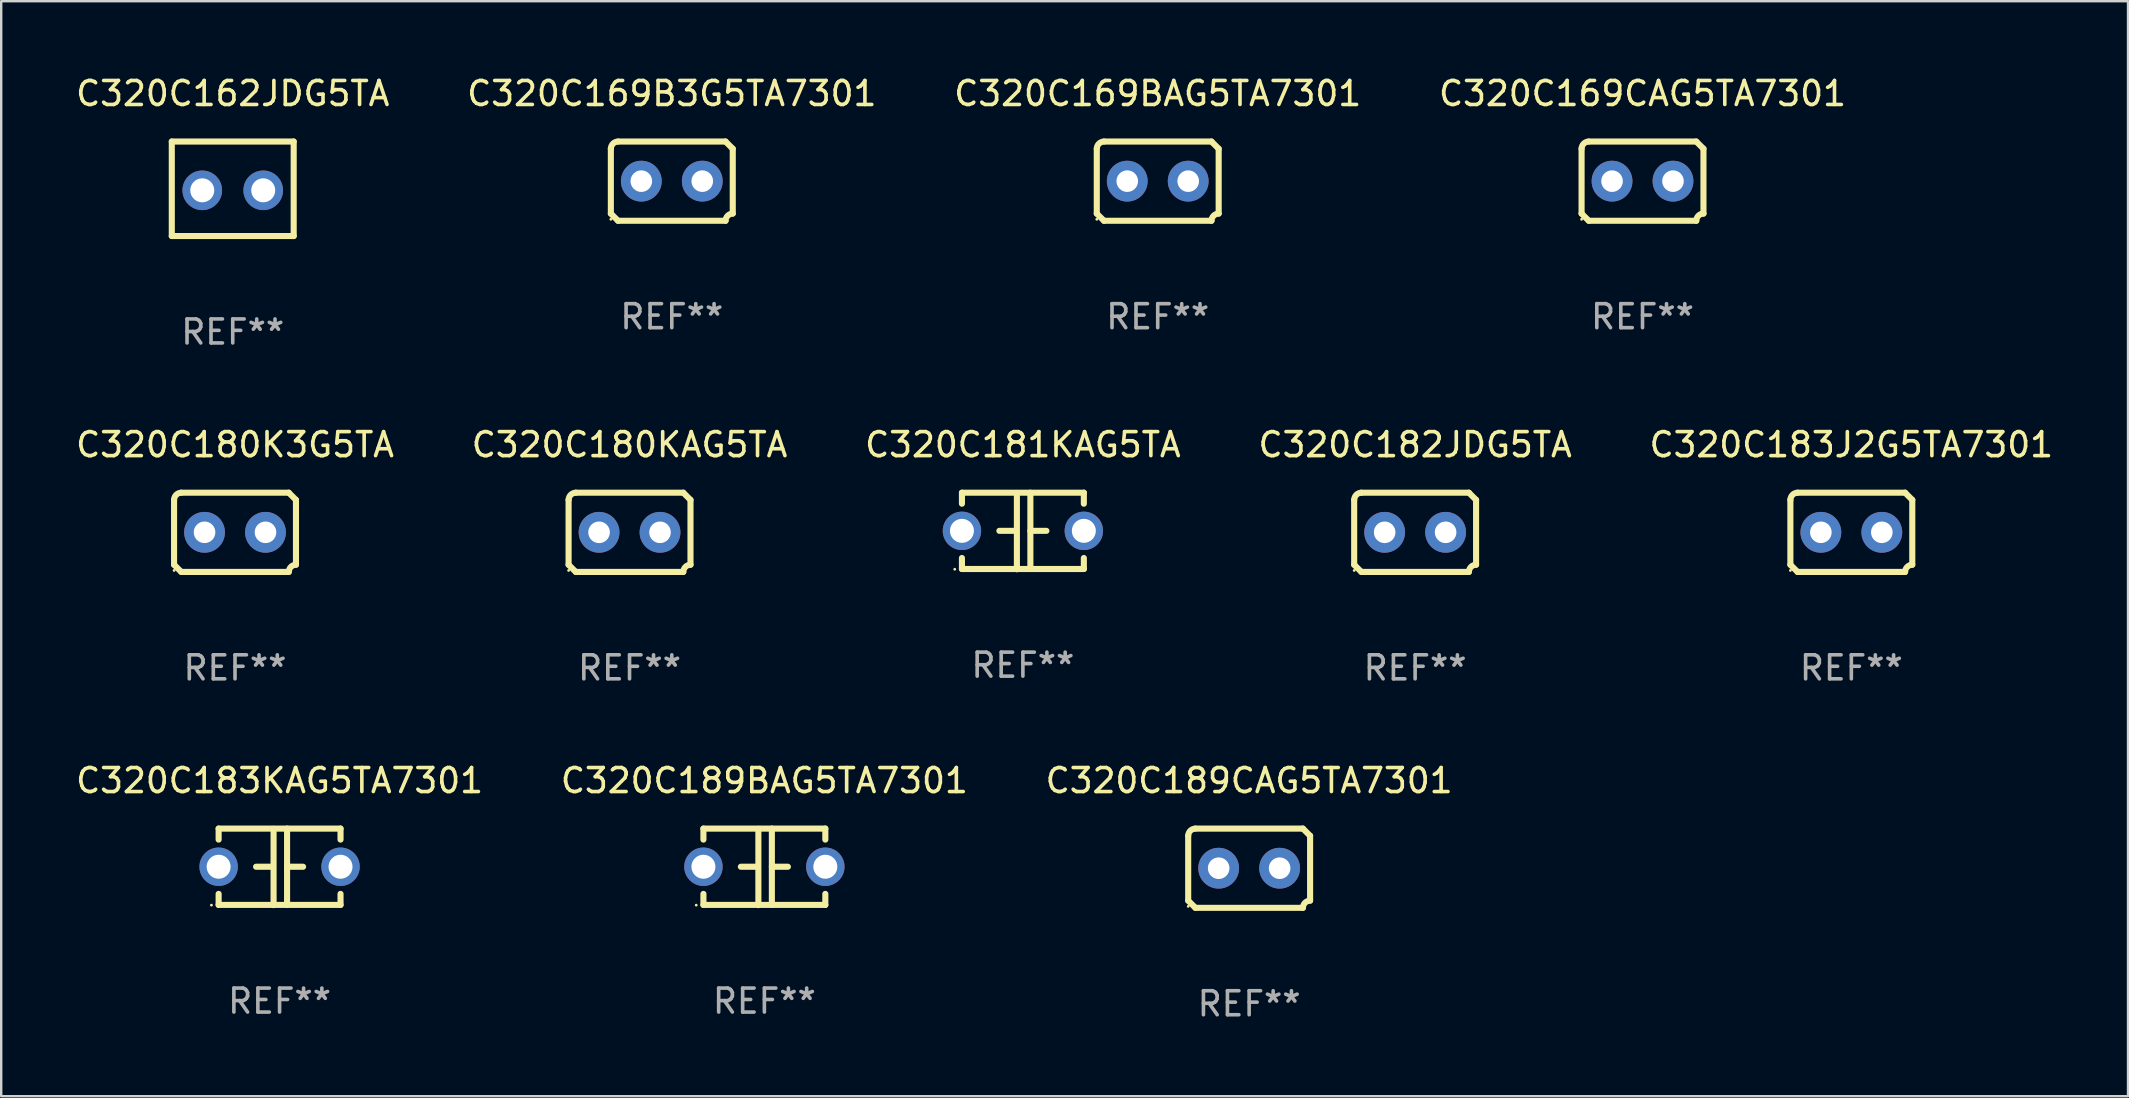
<source format=kicad_pcb>
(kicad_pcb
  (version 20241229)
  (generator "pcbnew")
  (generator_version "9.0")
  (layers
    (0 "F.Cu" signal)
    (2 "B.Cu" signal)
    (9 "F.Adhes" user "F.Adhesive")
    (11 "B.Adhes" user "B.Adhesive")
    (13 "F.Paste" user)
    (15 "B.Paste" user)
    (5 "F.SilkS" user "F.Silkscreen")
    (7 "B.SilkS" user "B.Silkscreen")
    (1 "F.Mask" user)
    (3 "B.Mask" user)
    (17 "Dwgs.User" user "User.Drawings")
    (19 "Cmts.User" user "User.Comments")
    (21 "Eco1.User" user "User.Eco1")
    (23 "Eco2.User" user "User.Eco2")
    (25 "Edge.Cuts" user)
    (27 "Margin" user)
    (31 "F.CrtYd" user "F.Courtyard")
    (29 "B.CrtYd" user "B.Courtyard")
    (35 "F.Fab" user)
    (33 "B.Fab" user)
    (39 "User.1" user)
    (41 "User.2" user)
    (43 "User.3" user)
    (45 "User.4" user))
  (footprint "C320C181KAG5TA"
    (layer "F.Cu")
    (at 39.577 19.077)
    (property "Reference" "C320C181KAG5TA" (at 0 -3.595 0) (layer "F.SilkS") (effects (font (size 1 1) (thickness 0.15))))
    (attr through_hole)
    (fp_line (start -2.54 -1.595) (end -2.54 -1.136) (stroke (width 0.254) (type solid)) (layer "F.SilkS"))
    (fp_line (start -2.54 -1.595) (end 2.54 -1.595) (stroke (width 0.254) (type solid)) (layer "F.SilkS"))
    (fp_line (start -2.54 1.126) (end -2.54 1.585) (stroke (width 0.254) (type solid)) (layer "F.SilkS"))
    (fp_line (start -0.312 -0.005) (end -0.98 -0.005) (stroke (width 0.254) (type solid)) (layer "F.SilkS"))
    (fp_line (start -0.25 -1.585) (end -0.25 1.595) (stroke (width 0.254) (type solid)) (layer "F.SilkS"))
    (fp_line (start 0.312 -1.595) (end 0.312 1.585) (stroke (width 0.254) (type solid)) (layer "F.SilkS"))
    (fp_line (start 0.312 -0.005) (end 0.98 -0.005) (stroke (width 0.254) (type solid)) (layer "F.SilkS"))
    (fp_line (start 2.54 -1.595) (end 2.54 -1.136) (stroke (width 0.254) (type solid)) (layer "F.SilkS"))
    (fp_line (start 2.54 1.126) (end 2.54 1.585) (stroke (width 0.254) (type solid)) (layer "F.SilkS"))
    (fp_line (start 2.54 1.585) (end -2.54 1.585) (stroke (width 0.254) (type solid)) (layer "F.SilkS"))
    (fp_circle (center -2.84 1.595) (end -2.81 1.595) (stroke (width 0.06) (type solid)) (fill no) (layer "F.SilkS"))
    (fp_text user "REF**" (at 0 5.595 0) (layer "F.Fab") (effects (font (size 1 1) (thickness 0.15))))
    (pad "1" thru_hole circle (at -2.54 -0.005) (size 1.6 1.6) (drill 1) (layers "*.Cu" "*.Mask"))
    (pad "2" thru_hole circle (at 2.54 -0.005) (size 1.6 1.6) (drill 1) (layers "*.Cu" "*.Mask")))
  (footprint "C320C183KAG5TA7301"
    (layer "F.Cu")
    (at 8.601 33.075)
    (property "Reference" "C320C183KAG5TA7301" (at 0 -3.595 0) (layer "F.SilkS") (effects (font (size 1 1) (thickness 0.15))))
    (attr through_hole)
    (fp_line (start -2.54 -1.595) (end -2.54 -1.136) (stroke (width 0.254) (type solid)) (layer "F.SilkS"))
    (fp_line (start -2.54 -1.595) (end 2.54 -1.595) (stroke (width 0.254) (type solid)) (layer "F.SilkS"))
    (fp_line (start -2.54 1.126) (end -2.54 1.585) (stroke (width 0.254) (type solid)) (layer "F.SilkS"))
    (fp_line (start -0.312 -0.005) (end -0.98 -0.005) (stroke (width 0.254) (type solid)) (layer "F.SilkS"))
    (fp_line (start -0.25 -1.585) (end -0.25 1.595) (stroke (width 0.254) (type solid)) (layer "F.SilkS"))
    (fp_line (start 0.312 -1.595) (end 0.312 1.585) (stroke (width 0.254) (type solid)) (layer "F.SilkS"))
    (fp_line (start 0.312 -0.005) (end 0.98 -0.005) (stroke (width 0.254) (type solid)) (layer "F.SilkS"))
    (fp_line (start 2.54 -1.595) (end 2.54 -1.136) (stroke (width 0.254) (type solid)) (layer "F.SilkS"))
    (fp_line (start 2.54 1.126) (end 2.54 1.585) (stroke (width 0.254) (type solid)) (layer "F.SilkS"))
    (fp_line (start 2.54 1.585) (end -2.54 1.585) (stroke (width 0.254) (type solid)) (layer "F.SilkS"))
    (fp_circle (center -2.84 1.595) (end -2.81 1.595) (stroke (width 0.06) (type solid)) (fill no) (layer "F.SilkS"))
    (fp_text user "REF**" (at 0 5.595 0) (layer "F.Fab") (effects (font (size 1 1) (thickness 0.15))))
    (pad "1" thru_hole circle (at -2.54 -0.005) (size 1.6 1.6) (drill 1) (layers "*.Cu" "*.Mask"))
    (pad "2" thru_hole circle (at 2.54 -0.005) (size 1.6 1.6) (drill 1) (layers "*.Cu" "*.Mask")))
  (footprint "C320C183J2G5TA7301"
    (layer "F.Cu")
    (at 74.101 19.133)
    (property "Reference" "C320C183J2G5TA7301" (at 0 -3.651 0) (layer "F.SilkS") (effects (font (size 1 1) (thickness 0.15))))
    (attr through_hole)
    (fp_line (start -2.54 -1.351) (end -2.54 1.351) (stroke (width 0.254) (type solid)) (layer "F.SilkS"))
    (fp_line (start -2.24 -1.651) (end 2.24 -1.651) (stroke (width 0.254) (type solid)) (layer "F.SilkS"))
    (fp_line (start 2.24 1.651) (end -2.24 1.651) (stroke (width 0.254) (type solid)) (layer "F.SilkS"))
    (fp_line (start 2.54 1.351) (end 2.54 -1.351) (stroke (width 0.254) (type solid)) (layer "F.SilkS"))
    (fp_arc (start -2.540005 -1.351283) (mid -2.450115 -1.561309) (end -2.240005 -1.651003) (stroke (width 0.254001) (type solid)) (layer "F.SilkS"))
    (fp_arc (start -2.240287 1.651001) (mid -2.390163 1.501019) (end -2.540005 1.351003) (stroke (width 0.254001) (type solid)) (layer "F.SilkS"))
    (fp_arc (start 2.240005 1.651003) (mid 2.329934 1.441015) (end 2.540005 1.351282) (stroke (width 0.254001) (type solid)) (layer "F.SilkS"))
    (fp_arc (start 2.540005 -1.351003) (mid 2.389393 -1.500252) (end 2.240284 -1.651003) (stroke (width 0.254001) (type solid)) (layer "F.SilkS"))
    (fp_circle (center -2.54 1.59) (end -2.51 1.59) (stroke (width 0.06) (type solid)) (fill no) (layer "F.SilkS"))
    (fp_text user "REF**" (at 0 5.651 0) (layer "F.Fab") (effects (font (size 1 1) (thickness 0.15))))
    (pad "1" thru_hole circle (at -1.27 0) (size 1.7 1.7) (drill 0.9) (layers "*.Cu" "*.Mask"))
    (pad "2" thru_hole circle (at 1.27 0) (size 1.7 1.7) (drill 0.9) (layers "*.Cu" "*.Mask")))
  (footprint "C320C162JDG5TA"
    (layer "F.Cu")
    (at 6.649 4.817)
    (property "Reference" "C320C162JDG5TA" (at 0 -3.969 0) (layer "F.SilkS") (effects (font (size 1 1) (thickness 0.15))))
    (attr through_hole)
    (fp_line (start -2.54 -1.969) (end -2.54 1.969) (stroke (width 0.254) (type solid)) (layer "F.SilkS"))
    (fp_line (start -2.54 1.969) (end 2.54 1.969) (stroke (width 0.254) (type solid)) (layer "F.SilkS"))
    (fp_line (start 2.54 -1.969) (end -2.54 -1.969) (stroke (width 0.254) (type solid)) (layer "F.SilkS"))
    (fp_line (start 2.54 1.969) (end 2.54 -1.969) (stroke (width 0.254) (type solid)) (layer "F.SilkS"))
    (fp_circle (center -2.55 1.963) (end -2.52 1.963) (stroke (width 0.06) (type solid)) (fill no) (layer "F.SilkS"))
    (fp_text user "REF**" (at 0 5.969 0) (layer "F.Fab") (effects (font (size 1 1) (thickness 0.15))))
    (pad "1" thru_hole circle (at -1.27 0.064) (size 1.65 1.65) (drill 1) (layers "*.Cu" "*.Mask"))
    (pad "2" thru_hole circle (at 1.27 0.064) (size 1.65 1.65) (drill 1) (layers "*.Cu" "*.Mask")))
  (footprint "C320C180K3G5TA"
    (layer "F.Cu")
    (at 6.744 19.133)
    (property "Reference" "C320C180K3G5TA" (at 0 -3.651 0) (layer "F.SilkS") (effects (font (size 1 1) (thickness 0.15))))
    (attr through_hole)
    (fp_line (start -2.54 -1.351) (end -2.54 1.351) (stroke (width 0.254) (type solid)) (layer "F.SilkS"))
    (fp_line (start -2.24 -1.651) (end 2.24 -1.651) (stroke (width 0.254) (type solid)) (layer "F.SilkS"))
    (fp_line (start 2.24 1.651) (end -2.24 1.651) (stroke (width 0.254) (type solid)) (layer "F.SilkS"))
    (fp_line (start 2.54 1.351) (end 2.54 -1.351) (stroke (width 0.254) (type solid)) (layer "F.SilkS"))
    (fp_arc (start -2.540005 -1.351283) (mid -2.450115 -1.561309) (end -2.240005 -1.651003) (stroke (width 0.254001) (type solid)) (layer "F.SilkS"))
    (fp_arc (start -2.240287 1.651001) (mid -2.390163 1.501019) (end -2.540005 1.351003) (stroke (width 0.254001) (type solid)) (layer "F.SilkS"))
    (fp_arc (start 2.240005 1.651003) (mid 2.329934 1.441015) (end 2.540005 1.351282) (stroke (width 0.254001) (type solid)) (layer "F.SilkS"))
    (fp_arc (start 2.540005 -1.351003) (mid 2.389393 -1.500252) (end 2.240284 -1.651003) (stroke (width 0.254001) (type solid)) (layer "F.SilkS"))
    (fp_circle (center -2.54 1.59) (end -2.51 1.59) (stroke (width 0.06) (type solid)) (fill no) (layer "F.SilkS"))
    (fp_text user "REF**" (at 0 5.651 0) (layer "F.Fab") (effects (font (size 1 1) (thickness 0.15))))
    (pad "1" thru_hole circle (at -1.27 0) (size 1.7 1.7) (drill 0.9) (layers "*.Cu" "*.Mask"))
    (pad "2" thru_hole circle (at 1.27 0) (size 1.7 1.7) (drill 0.9) (layers "*.Cu" "*.Mask")))
  (footprint "C320C189CAG5TA7301"
    (layer "F.Cu")
    (at 49.006 33.131)
    (property "Reference" "C320C189CAG5TA7301" (at 0 -3.651 0) (layer "F.SilkS") (effects (font (size 1 1) (thickness 0.15))))
    (attr through_hole)
    (fp_line (start -2.54 -1.351) (end -2.54 1.351) (stroke (width 0.254) (type solid)) (layer "F.SilkS"))
    (fp_line (start -2.24 -1.651) (end 2.24 -1.651) (stroke (width 0.254) (type solid)) (layer "F.SilkS"))
    (fp_line (start 2.24 1.651) (end -2.24 1.651) (stroke (width 0.254) (type solid)) (layer "F.SilkS"))
    (fp_line (start 2.54 1.351) (end 2.54 -1.351) (stroke (width 0.254) (type solid)) (layer "F.SilkS"))
    (fp_arc (start -2.540005 -1.351283) (mid -2.450115 -1.561309) (end -2.240005 -1.651003) (stroke (width 0.254001) (type solid)) (layer "F.SilkS"))
    (fp_arc (start -2.240287 1.651001) (mid -2.390163 1.501019) (end -2.540005 1.351003) (stroke (width 0.254001) (type solid)) (layer "F.SilkS"))
    (fp_arc (start 2.240005 1.651003) (mid 2.329934 1.441015) (end 2.540005 1.351282) (stroke (width 0.254001) (type solid)) (layer "F.SilkS"))
    (fp_arc (start 2.540005 -1.351003) (mid 2.389393 -1.500252) (end 2.240284 -1.651003) (stroke (width 0.254001) (type solid)) (layer "F.SilkS"))
    (fp_circle (center -2.54 1.59) (end -2.51 1.59) (stroke (width 0.06) (type solid)) (fill no) (layer "F.SilkS"))
    (fp_text user "REF**" (at 0 5.651 0) (layer "F.Fab") (effects (font (size 1 1) (thickness 0.15))))
    (pad "1" thru_hole circle (at -1.27 0) (size 1.7 1.7) (drill 0.9) (layers "*.Cu" "*.Mask"))
    (pad "2" thru_hole circle (at 1.27 0) (size 1.7 1.7) (drill 0.9) (layers "*.Cu" "*.Mask")))
  (footprint "C320C180KAG5TA"
    (layer "F.Cu")
    (at 23.185 19.133)
    (property "Reference" "C320C180KAG5TA" (at 0 -3.651 0) (layer "F.SilkS") (effects (font (size 1 1) (thickness 0.15))))
    (attr through_hole)
    (fp_line (start -2.54 -1.351) (end -2.54 1.351) (stroke (width 0.254) (type solid)) (layer "F.SilkS"))
    (fp_line (start -2.24 -1.651) (end 2.24 -1.651) (stroke (width 0.254) (type solid)) (layer "F.SilkS"))
    (fp_line (start 2.24 1.651) (end -2.24 1.651) (stroke (width 0.254) (type solid)) (layer "F.SilkS"))
    (fp_line (start 2.54 1.351) (end 2.54 -1.351) (stroke (width 0.254) (type solid)) (layer "F.SilkS"))
    (fp_arc (start -2.540005 -1.351283) (mid -2.450115 -1.561309) (end -2.240005 -1.651003) (stroke (width 0.254001) (type solid)) (layer "F.SilkS"))
    (fp_arc (start -2.240287 1.651001) (mid -2.390163 1.501019) (end -2.540005 1.351003) (stroke (width 0.254001) (type solid)) (layer "F.SilkS"))
    (fp_arc (start 2.240005 1.651003) (mid 2.329934 1.441015) (end 2.540005 1.351282) (stroke (width 0.254001) (type solid)) (layer "F.SilkS"))
    (fp_arc (start 2.540005 -1.351003) (mid 2.389393 -1.500252) (end 2.240284 -1.651003) (stroke (width 0.254001) (type solid)) (layer "F.SilkS"))
    (fp_circle (center -2.54 1.59) (end -2.51 1.59) (stroke (width 0.06) (type solid)) (fill no) (layer "F.SilkS"))
    (fp_text user "REF**" (at 0 5.651 0) (layer "F.Fab") (effects (font (size 1 1) (thickness 0.15))))
    (pad "1" thru_hole circle (at -1.27 0) (size 1.7 1.7) (drill 0.9) (layers "*.Cu" "*.Mask"))
    (pad "2" thru_hole circle (at 1.27 0) (size 1.7 1.7) (drill 0.9) (layers "*.Cu" "*.Mask")))
  (footprint "C320C169B3G5TA7301"
    (layer "F.Cu")
    (at 24.946 4.499)
    (property "Reference" "C320C169B3G5TA7301" (at 0 -3.651 0) (layer "F.SilkS") (effects (font (size 1 1) (thickness 0.15))))
    (attr through_hole)
    (fp_line (start -2.54 -1.351) (end -2.54 1.351) (stroke (width 0.254) (type solid)) (layer "F.SilkS"))
    (fp_line (start -2.24 -1.651) (end 2.24 -1.651) (stroke (width 0.254) (type solid)) (layer "F.SilkS"))
    (fp_line (start 2.24 1.651) (end -2.24 1.651) (stroke (width 0.254) (type solid)) (layer "F.SilkS"))
    (fp_line (start 2.54 1.351) (end 2.54 -1.351) (stroke (width 0.254) (type solid)) (layer "F.SilkS"))
    (fp_arc (start -2.540005 -1.351283) (mid -2.450115 -1.561309) (end -2.240005 -1.651003) (stroke (width 0.254001) (type solid)) (layer "F.SilkS"))
    (fp_arc (start -2.240287 1.651001) (mid -2.390163 1.501019) (end -2.540005 1.351003) (stroke (width 0.254001) (type solid)) (layer "F.SilkS"))
    (fp_arc (start 2.240005 1.651003) (mid 2.329934 1.441015) (end 2.540005 1.351282) (stroke (width 0.254001) (type solid)) (layer "F.SilkS"))
    (fp_arc (start 2.540005 -1.351003) (mid 2.389393 -1.500252) (end 2.240284 -1.651003) (stroke (width 0.254001) (type solid)) (layer "F.SilkS"))
    (fp_circle (center -2.54 1.59) (end -2.51 1.59) (stroke (width 0.06) (type solid)) (fill no) (layer "F.SilkS"))
    (fp_text user "REF**" (at 0 5.651 0) (layer "F.Fab") (effects (font (size 1 1) (thickness 0.15))))
    (pad "1" thru_hole circle (at -1.27 0) (size 1.7 1.7) (drill 0.9) (layers "*.Cu" "*.Mask"))
    (pad "2" thru_hole circle (at 1.27 0) (size 1.7 1.7) (drill 0.9) (layers "*.Cu" "*.Mask")))
  (footprint "C320C182JDG5TA"
    (layer "F.Cu")
    (at 55.923 19.133)
    (property "Reference" "C320C182JDG5TA" (at 0 -3.651 0) (layer "F.SilkS") (effects (font (size 1 1) (thickness 0.15))))
    (attr through_hole)
    (fp_line (start -2.54 -1.351) (end -2.54 1.351) (stroke (width 0.254) (type solid)) (layer "F.SilkS"))
    (fp_line (start -2.24 -1.651) (end 2.24 -1.651) (stroke (width 0.254) (type solid)) (layer "F.SilkS"))
    (fp_line (start 2.24 1.651) (end -2.24 1.651) (stroke (width 0.254) (type solid)) (layer "F.SilkS"))
    (fp_line (start 2.54 1.351) (end 2.54 -1.351) (stroke (width 0.254) (type solid)) (layer "F.SilkS"))
    (fp_arc (start -2.540005 -1.351283) (mid -2.450115 -1.561309) (end -2.240005 -1.651003) (stroke (width 0.254001) (type solid)) (layer "F.SilkS"))
    (fp_arc (start -2.240287 1.651001) (mid -2.390163 1.501019) (end -2.540005 1.351003) (stroke (width 0.254001) (type solid)) (layer "F.SilkS"))
    (fp_arc (start 2.240005 1.651003) (mid 2.329934 1.441015) (end 2.540005 1.351282) (stroke (width 0.254001) (type solid)) (layer "F.SilkS"))
    (fp_arc (start 2.540005 -1.351003) (mid 2.389393 -1.500252) (end 2.240284 -1.651003) (stroke (width 0.254001) (type solid)) (layer "F.SilkS"))
    (fp_circle (center -2.54 1.59) (end -2.51 1.59) (stroke (width 0.06) (type solid)) (fill no) (layer "F.SilkS"))
    (fp_text user "REF**" (at 0 5.651 0) (layer "F.Fab") (effects (font (size 1 1) (thickness 0.15))))
    (pad "1" thru_hole circle (at -1.27 0) (size 1.7 1.7) (drill 0.9) (layers "*.Cu" "*.Mask"))
    (pad "2" thru_hole circle (at 1.27 0) (size 1.7 1.7) (drill 0.9) (layers "*.Cu" "*.Mask")))
  (footprint "C320C169BAG5TA7301"
    (layer "F.Cu")
    (at 45.196 4.499)
    (property "Reference" "C320C169BAG5TA7301" (at 0 -3.651 0) (layer "F.SilkS") (effects (font (size 1 1) (thickness 0.15))))
    (attr through_hole)
    (fp_line (start -2.54 -1.351) (end -2.54 1.351) (stroke (width 0.254) (type solid)) (layer "F.SilkS"))
    (fp_line (start -2.24 -1.651) (end 2.24 -1.651) (stroke (width 0.254) (type solid)) (layer "F.SilkS"))
    (fp_line (start 2.24 1.651) (end -2.24 1.651) (stroke (width 0.254) (type solid)) (layer "F.SilkS"))
    (fp_line (start 2.54 1.351) (end 2.54 -1.351) (stroke (width 0.254) (type solid)) (layer "F.SilkS"))
    (fp_arc (start -2.540005 -1.351283) (mid -2.450115 -1.561309) (end -2.240005 -1.651003) (stroke (width 0.254001) (type solid)) (layer "F.SilkS"))
    (fp_arc (start -2.240287 1.651001) (mid -2.390163 1.501019) (end -2.540005 1.351003) (stroke (width 0.254001) (type solid)) (layer "F.SilkS"))
    (fp_arc (start 2.240005 1.651003) (mid 2.329934 1.441015) (end 2.540005 1.351282) (stroke (width 0.254001) (type solid)) (layer "F.SilkS"))
    (fp_arc (start 2.540005 -1.351003) (mid 2.389393 -1.500252) (end 2.240284 -1.651003) (stroke (width 0.254001) (type solid)) (layer "F.SilkS"))
    (fp_circle (center -2.54 1.59) (end -2.51 1.59) (stroke (width 0.06) (type solid)) (fill no) (layer "F.SilkS"))
    (fp_text user "REF**" (at 0 5.651 0) (layer "F.Fab") (effects (font (size 1 1) (thickness 0.15))))
    (pad "1" thru_hole circle (at -1.27 0) (size 1.7 1.7) (drill 0.9) (layers "*.Cu" "*.Mask"))
    (pad "2" thru_hole circle (at 1.27 0) (size 1.7 1.7) (drill 0.9) (layers "*.Cu" "*.Mask")))
  (footprint "C320C189BAG5TA7301"
    (layer "F.Cu")
    (at 28.804 33.075)
    (property "Reference" "C320C189BAG5TA7301" (at 0 -3.595 0) (layer "F.SilkS") (effects (font (size 1 1) (thickness 0.15))))
    (attr through_hole)
    (fp_line (start -2.54 -1.595) (end -2.54 -1.136) (stroke (width 0.254) (type solid)) (layer "F.SilkS"))
    (fp_line (start -2.54 -1.595) (end 2.54 -1.595) (stroke (width 0.254) (type solid)) (layer "F.SilkS"))
    (fp_line (start -2.54 1.126) (end -2.54 1.585) (stroke (width 0.254) (type solid)) (layer "F.SilkS"))
    (fp_line (start -0.312 -0.005) (end -0.98 -0.005) (stroke (width 0.254) (type solid)) (layer "F.SilkS"))
    (fp_line (start -0.25 -1.585) (end -0.25 1.595) (stroke (width 0.254) (type solid)) (layer "F.SilkS"))
    (fp_line (start 0.312 -1.595) (end 0.312 1.585) (stroke (width 0.254) (type solid)) (layer "F.SilkS"))
    (fp_line (start 0.312 -0.005) (end 0.98 -0.005) (stroke (width 0.254) (type solid)) (layer "F.SilkS"))
    (fp_line (start 2.54 -1.595) (end 2.54 -1.136) (stroke (width 0.254) (type solid)) (layer "F.SilkS"))
    (fp_line (start 2.54 1.126) (end 2.54 1.585) (stroke (width 0.254) (type solid)) (layer "F.SilkS"))
    (fp_line (start 2.54 1.585) (end -2.54 1.585) (stroke (width 0.254) (type solid)) (layer "F.SilkS"))
    (fp_circle (center -2.84 1.595) (end -2.81 1.595) (stroke (width 0.06) (type solid)) (fill no) (layer "F.SilkS"))
    (fp_text user "REF**" (at 0 5.595 0) (layer "F.Fab") (effects (font (size 1 1) (thickness 0.15))))
    (pad "1" thru_hole circle (at -2.54 -0.005) (size 1.6 1.6) (drill 1) (layers "*.Cu" "*.Mask"))
    (pad "2" thru_hole circle (at 2.54 -0.005) (size 1.6 1.6) (drill 1) (layers "*.Cu" "*.Mask")))
  (footprint "C320C169CAG5TA7301"
    (layer "F.Cu")
    (at 65.399 4.499)
    (property "Reference" "C320C169CAG5TA7301" (at 0 -3.651 0) (layer "F.SilkS") (effects (font (size 1 1) (thickness 0.15))))
    (attr through_hole)
    (fp_line (start -2.54 -1.351) (end -2.54 1.351) (stroke (width 0.254) (type solid)) (layer "F.SilkS"))
    (fp_line (start -2.24 -1.651) (end 2.24 -1.651) (stroke (width 0.254) (type solid)) (layer "F.SilkS"))
    (fp_line (start 2.24 1.651) (end -2.24 1.651) (stroke (width 0.254) (type solid)) (layer "F.SilkS"))
    (fp_line (start 2.54 1.351) (end 2.54 -1.351) (stroke (width 0.254) (type solid)) (layer "F.SilkS"))
    (fp_arc (start -2.540005 -1.351283) (mid -2.450115 -1.561309) (end -2.240005 -1.651003) (stroke (width 0.254001) (type solid)) (layer "F.SilkS"))
    (fp_arc (start -2.240287 1.651001) (mid -2.390163 1.501019) (end -2.540005 1.351003) (stroke (width 0.254001) (type solid)) (layer "F.SilkS"))
    (fp_arc (start 2.240005 1.651003) (mid 2.329934 1.441015) (end 2.540005 1.351282) (stroke (width 0.254001) (type solid)) (layer "F.SilkS"))
    (fp_arc (start 2.540005 -1.351003) (mid 2.389393 -1.500252) (end 2.240284 -1.651003) (stroke (width 0.254001) (type solid)) (layer "F.SilkS"))
    (fp_circle (center -2.54 1.59) (end -2.51 1.59) (stroke (width 0.06) (type solid)) (fill no) (layer "F.SilkS"))
    (fp_text user "REF**" (at 0 5.651 0) (layer "F.Fab") (effects (font (size 1 1) (thickness 0.15))))
    (pad "1" thru_hole circle (at -1.27 0) (size 1.7 1.7) (drill 0.9) (layers "*.Cu" "*.Mask"))
    (pad "2" thru_hole circle (at 1.27 0) (size 1.7 1.7) (drill 0.9) (layers "*.Cu" "*.Mask")))
  (gr_rect
    (start -3 -3)
    (end 85.631 42.631)
    (stroke (width 0.1) (type default))
    (fill no)
    (layer "Edge.Cuts")))
</source>
